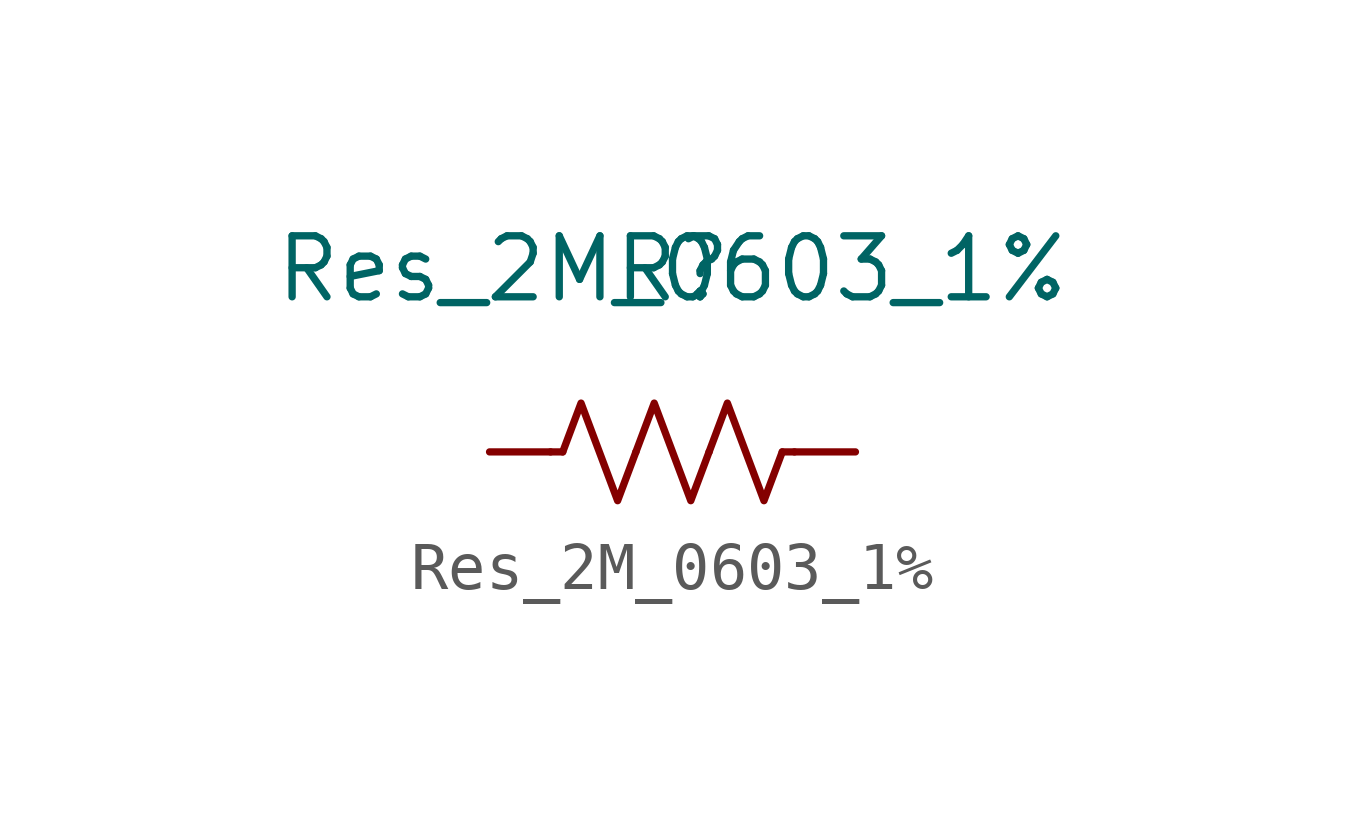
<source format=kicad_sym>
(kicad_symbol_lib
  (version 20231120)
  (generator "kicad_symbol_editor")
  (generator_version "8.0")
  (symbol "Res_2M_0603_1%"
    (pin_numbers hide)
    (pin_names hide)
    (property "Reference" "R"
      (at 0 0 0)
      (effects (font (size 1.27 1.27))))
    (property "Value" "Res_2M_0603_1%"
      (at 0 0 0)
      (effects (font (size 1.27 1.27))))
    (symbol "Res_2M_0603_1%_0_1"
      (polyline (pts (xy -2.286 -3.81) (xy -2.54 -3.81)) (stroke (width 0) (type default)) (fill (type none)))
      (polyline (pts (xy 2.286 -3.81) (xy 2.54 -3.81)) (stroke (width 0) (type default)) (fill (type none)))
      (polyline (pts (xy -2.286 -3.81) (xy -1.905 -2.794) (xy -1.524 -3.81) (xy -1.143 -4.826) (xy -0.762 -3.81)) (stroke (width 0) (type default)) (fill (type none)))
      (polyline (pts (xy -0.762 -3.81) (xy -0.381 -2.794) (xy 0 -3.81) (xy 0.381 -4.826) (xy 0.762 -3.81)) (stroke (width 0) (type default)) (fill (type none)))
      (polyline (pts (xy 0.762 -3.81) (xy 1.143 -2.794) (xy 1.524 -3.81) (xy 1.905 -4.826) (xy 2.286 -3.81)) (stroke (width 0) (type default)) (fill (type none))))
    (symbol "Res_2M_0603_1%_1_1"
      (pin passive line (at -3.81 -3.81 0) (length 1.27) (name "~" (effects (font (size 1.27 1.27)))) (number "1" (effects (font (size 1.27 1.27)))))
      (pin passive line (at 3.81 -3.81 180) (length 1.27) (name "~" (effects (font (size 1.27 1.27)))) (number "2" (effects (font (size 1.27 1.27))))))))
</source>
